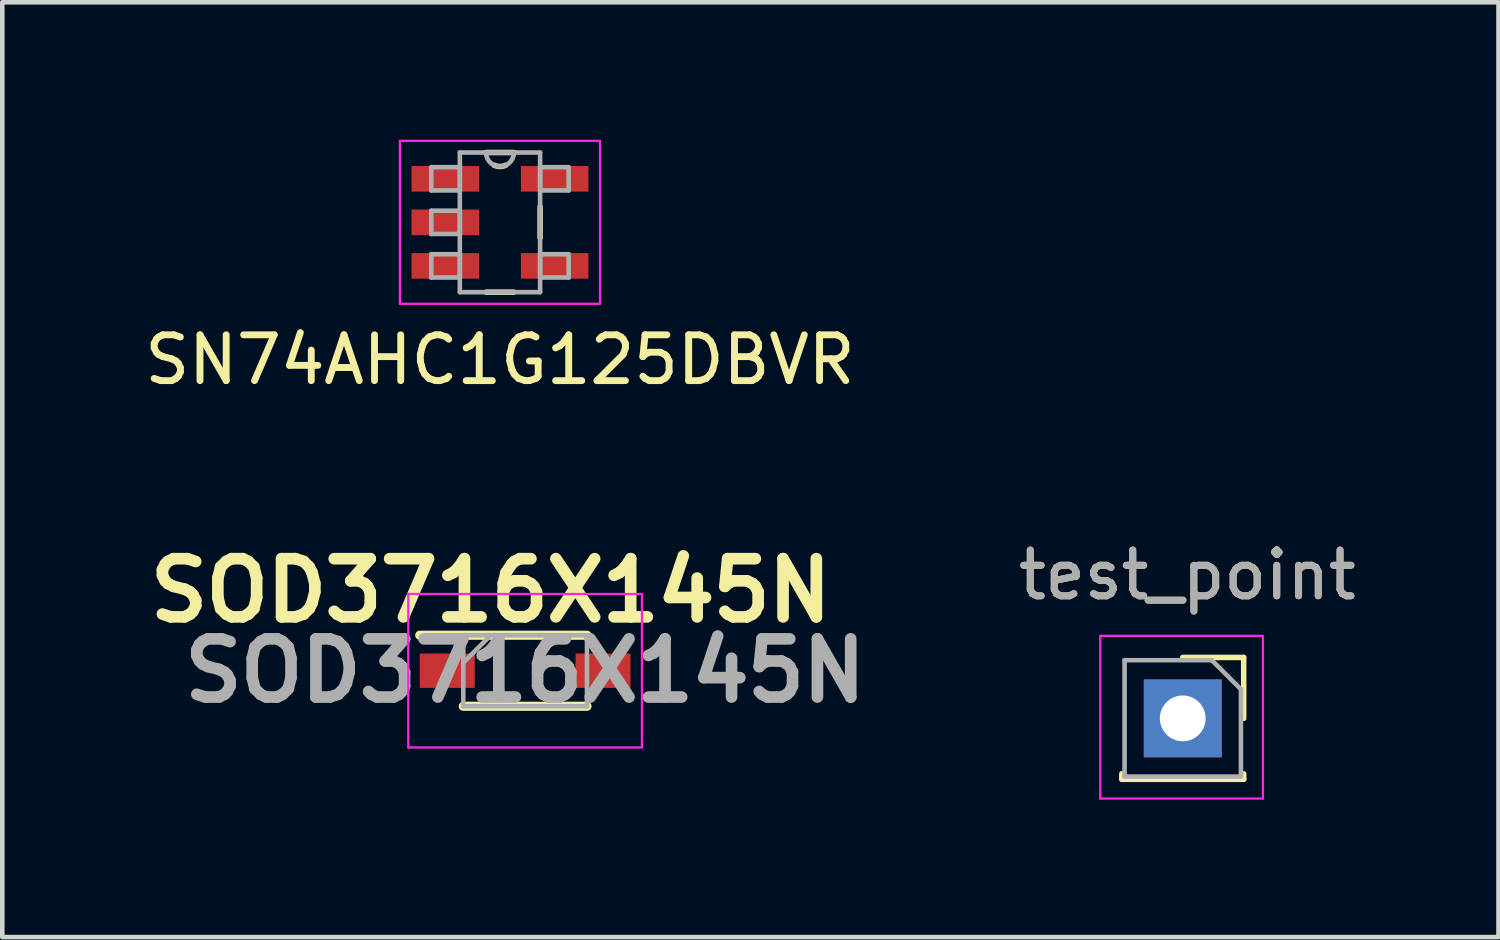
<source format=kicad_pcb>
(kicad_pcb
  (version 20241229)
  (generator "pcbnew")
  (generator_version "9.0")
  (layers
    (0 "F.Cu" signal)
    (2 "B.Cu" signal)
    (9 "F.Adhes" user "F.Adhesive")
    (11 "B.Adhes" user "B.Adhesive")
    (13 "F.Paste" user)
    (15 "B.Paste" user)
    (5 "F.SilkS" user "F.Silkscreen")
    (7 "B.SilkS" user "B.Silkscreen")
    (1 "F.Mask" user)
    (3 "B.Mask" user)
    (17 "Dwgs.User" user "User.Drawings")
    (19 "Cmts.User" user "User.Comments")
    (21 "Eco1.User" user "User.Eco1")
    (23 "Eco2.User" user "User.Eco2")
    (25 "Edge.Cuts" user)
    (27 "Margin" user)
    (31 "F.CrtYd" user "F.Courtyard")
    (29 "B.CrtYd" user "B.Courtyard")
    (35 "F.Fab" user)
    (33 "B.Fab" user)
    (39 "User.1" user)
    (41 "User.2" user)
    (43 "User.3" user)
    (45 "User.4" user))
  (footprint "SOD3716X145N"
    (layer "F.Cu")
    (at 8.412 11.59)
    (property "Reference" "SOD3716X145N" (at -0.75 -1.75 0) (layer "F.SilkS") (effects (font (size 1.27 1.27) (thickness 0.254))))
    (attr smd)
    (fp_line (start -2.3 -0.775) (end 1.35 -0.775) (stroke (width 0.2) (type solid)) (layer "F.SilkS"))
    (fp_line (start -1.35 0.775) (end 1.35 0.775) (stroke (width 0.2) (type solid)) (layer "F.SilkS"))
    (fp_line (start -2.55 -1.675) (end 2.55 -1.675) (stroke (width 0.05) (type solid)) (layer "F.CrtYd"))
    (fp_line (start -2.55 1.675) (end -2.55 -1.675) (stroke (width 0.05) (type solid)) (layer "F.CrtYd"))
    (fp_line (start 2.55 -1.675) (end 2.55 1.675) (stroke (width 0.05) (type solid)) (layer "F.CrtYd"))
    (fp_line (start 2.55 1.675) (end -2.55 1.675) (stroke (width 0.05) (type solid)) (layer "F.CrtYd"))
    (fp_line (start -1.35 -0.775) (end 1.35 -0.775) (stroke (width 0.1) (type solid)) (layer "F.Fab"))
    (fp_line (start -1.35 -0.175) (end -0.75 -0.775) (stroke (width 0.1) (type solid)) (layer "F.Fab"))
    (fp_line (start -1.35 0.775) (end -1.35 -0.775) (stroke (width 0.1) (type solid)) (layer "F.Fab"))
    (fp_line (start 1.35 -0.775) (end 1.35 0.775) (stroke (width 0.1) (type solid)) (layer "F.Fab"))
    (fp_line (start 1.35 0.775) (end -1.35 0.775) (stroke (width 0.1) (type solid)) (layer "F.Fab"))
    (fp_text user "${REFERENCE}" (at 0 0 0) (layer "F.Fab") (effects (font (size 1.27 1.27) (thickness 0.254))))
    (pad "1" smd rect (at -1.7 0 90) (size 0.75 1.2) (layers "F.Cu" "F.Mask" "F.Paste"))
    (pad "2" smd rect (at 1.7 0 90) (size 0.75 1.2) (layers "F.Cu" "F.Mask" "F.Paste")))
  (footprint "SN74AHC1G125DBVR"
    (layer "F.Cu")
    (at 7.863 1.803)
    (property "Reference" "SN74AHC1G125DBVR" (at 0 3 0) (layer "F.SilkS") (effects (font (size 1 1) (thickness 0.15))))
    (attr smd)
    (fp_line (start -0.303 1.524) (end 0.303 1.524) (stroke (width 0.12) (type solid)) (layer "F.SilkS"))
    (fp_line (start 0.303 -1.524) (end -0.303 -1.524) (stroke (width 0.12) (type solid)) (layer "F.SilkS"))
    (fp_line (start 0.876 0.338) (end 0.876 -0.338) (stroke (width 0.12) (type solid)) (layer "F.SilkS"))
    (fp_arc (start 0.124872 -1.245953) (mid 0 -1.2192) (end -0.124872 -1.245953) (stroke (width 0.12) (type solid)) (layer "F.SilkS"))
    (fp_line (start -2.184 -1.778) (end 2.184 -1.778) (stroke (width 0.05) (type solid)) (layer "F.CrtYd"))
    (fp_line (start -2.184 1.778) (end -2.184 -1.778) (stroke (width 0.05) (type solid)) (layer "F.CrtYd"))
    (fp_line (start 2.184 -1.778) (end 2.184 1.778) (stroke (width 0.05) (type solid)) (layer "F.CrtYd"))
    (fp_line (start 2.184 1.778) (end -2.184 1.778) (stroke (width 0.05) (type solid)) (layer "F.CrtYd"))
    (fp_line (start -1.499 -1.204) (end -1.499 -0.696) (stroke (width 0.1) (type solid)) (layer "F.Fab"))
    (fp_line (start -1.499 -0.696) (end -0.876 -0.696) (stroke (width 0.1) (type solid)) (layer "F.Fab"))
    (fp_line (start -1.499 -0.254) (end -1.499 0.254) (stroke (width 0.1) (type solid)) (layer "F.Fab"))
    (fp_line (start -1.499 0.254) (end -0.876 0.254) (stroke (width 0.1) (type solid)) (layer "F.Fab"))
    (fp_line (start -1.499 0.696) (end -1.499 1.204) (stroke (width 0.1) (type solid)) (layer "F.Fab"))
    (fp_line (start -1.499 1.204) (end -0.876 1.204) (stroke (width 0.1) (type solid)) (layer "F.Fab"))
    (fp_line (start -0.876 -1.524) (end -0.876 1.524) (stroke (width 0.1) (type solid)) (layer "F.Fab"))
    (fp_line (start -0.876 -1.204) (end -1.499 -1.204) (stroke (width 0.1) (type solid)) (layer "F.Fab"))
    (fp_line (start -0.876 -0.696) (end -0.876 -1.204) (stroke (width 0.1) (type solid)) (layer "F.Fab"))
    (fp_line (start -0.876 -0.254) (end -1.499 -0.254) (stroke (width 0.1) (type solid)) (layer "F.Fab"))
    (fp_line (start -0.876 0.254) (end -0.876 -0.254) (stroke (width 0.1) (type solid)) (layer "F.Fab"))
    (fp_line (start -0.876 0.696) (end -1.499 0.696) (stroke (width 0.1) (type solid)) (layer "F.Fab"))
    (fp_line (start -0.876 1.204) (end -0.876 0.696) (stroke (width 0.1) (type solid)) (layer "F.Fab"))
    (fp_line (start -0.876 1.524) (end 0.876 1.524) (stroke (width 0.1) (type solid)) (layer "F.Fab"))
    (fp_line (start 0.876 -1.524) (end -0.876 -1.524) (stroke (width 0.1) (type solid)) (layer "F.Fab"))
    (fp_line (start 0.876 -1.204) (end 0.876 -0.696) (stroke (width 0.1) (type solid)) (layer "F.Fab"))
    (fp_line (start 0.876 -0.696) (end 1.499 -0.696) (stroke (width 0.1) (type solid)) (layer "F.Fab"))
    (fp_line (start 0.876 0.696) (end 0.876 1.204) (stroke (width 0.1) (type solid)) (layer "F.Fab"))
    (fp_line (start 0.876 1.204) (end 1.499 1.204) (stroke (width 0.1) (type solid)) (layer "F.Fab"))
    (fp_line (start 0.876 1.524) (end 0.876 -1.524) (stroke (width 0.1) (type solid)) (layer "F.Fab"))
    (fp_line (start 1.499 -1.204) (end 0.876 -1.204) (stroke (width 0.1) (type solid)) (layer "F.Fab"))
    (fp_line (start 1.499 -0.696) (end 1.499 -1.204) (stroke (width 0.1) (type solid)) (layer "F.Fab"))
    (fp_line (start 1.499 0.696) (end 0.876 0.696) (stroke (width 0.1) (type solid)) (layer "F.Fab"))
    (fp_line (start 1.499 1.204) (end 1.499 0.696) (stroke (width 0.1) (type solid)) (layer "F.Fab"))
    (fp_arc (start 0.3048 -1.524) (mid 0 -1.2192) (end -0.3048 -1.524) (stroke (width 0.1) (type solid)) (layer "F.Fab"))
    (pad "1" smd rect (at -1.194 -0.95) (size 1.473 0.559) (layers "F.Cu" "F.Mask" "F.Paste"))
    (pad "2" smd rect (at -1.194 0) (size 1.473 0.559) (layers "F.Cu" "F.Mask" "F.Paste"))
    (pad "3" smd rect (at -1.194 0.95) (size 1.473 0.559) (layers "F.Cu" "F.Mask" "F.Paste"))
    (pad "4" smd rect (at 1.194 0.95) (size 1.473 0.559) (layers "F.Cu" "F.Mask" "F.Paste"))
    (pad "5" smd rect (at 1.194 -0.95) (size 1.473 0.559) (layers "F.Cu" "F.Mask" "F.Paste")))
  (footprint "test_point"
    (layer "F.Cu")
    (at 22.766 12.6)
    (property "Reference" "test_point" (at 0.1 -3.1 0) (unlocked yes) (layer "F.SilkS") (effects (font (size 1 1) (thickness 0.15))))
    (attr smd)
    (fp_line (start -1.33 1.24) (end -1.33 1.36) (stroke (width 0.12) (type solid)) (layer "F.SilkS"))
    (fp_line (start -1.33 1.36) (end 1.33 1.36) (stroke (width 0.12) (type solid)) (layer "F.SilkS"))
    (fp_line (start 0 -1.3) (end 1.33 -1.3) (stroke (width 0.12) (type solid)) (layer "F.SilkS"))
    (fp_line (start 1.33 -1.3) (end 1.33 0.03) (stroke (width 0.12) (type solid)) (layer "F.SilkS"))
    (fp_line (start 1.33 1.24) (end 1.33 1.36) (stroke (width 0.12) (type solid)) (layer "F.SilkS"))
    (fp_line (start -1.8 -1.77) (end 1.75 -1.77) (stroke (width 0.05) (type solid)) (layer "F.CrtYd"))
    (fp_line (start -1.8 1.78) (end -1.8 -1.77) (stroke (width 0.05) (type solid)) (layer "F.CrtYd"))
    (fp_line (start 1.75 -1.77) (end 1.75 1.78) (stroke (width 0.05) (type solid)) (layer "F.CrtYd"))
    (fp_line (start 1.75 1.78) (end -1.8 1.78) (stroke (width 0.05) (type solid)) (layer "F.CrtYd"))
    (fp_line (start -1.27 -1.24) (end 0.635 -1.24) (stroke (width 0.1) (type solid)) (layer "F.Fab"))
    (fp_line (start -1.27 1.3) (end -1.27 -1.24) (stroke (width 0.1) (type solid)) (layer "F.Fab"))
    (fp_line (start 0.635 -1.24) (end 1.27 -0.605) (stroke (width 0.1) (type solid)) (layer "F.Fab"))
    (fp_line (start 1.27 -0.605) (end 1.27 1.3) (stroke (width 0.1) (type solid)) (layer "F.Fab"))
    (fp_line (start 1.27 1.3) (end -1.27 1.3) (stroke (width 0.1) (type solid)) (layer "F.Fab"))
    (fp_text user "${REFERENCE}" (at 0.1 -3.1 0) (unlocked yes) (layer "F.Fab") (effects (font (size 1 1) (thickness 0.15))))
    (pad "1" thru_hole rect (at 0 0.03) (size 1.7 1.7) (drill 1) (layers "*.Cu" "*.Mask")))
  (gr_rect
    (start -3 -3)
    (end 29.658 17.404)
    (stroke (width 0.1) (type default))
    (fill no)
    (layer "Edge.Cuts")))
</source>
